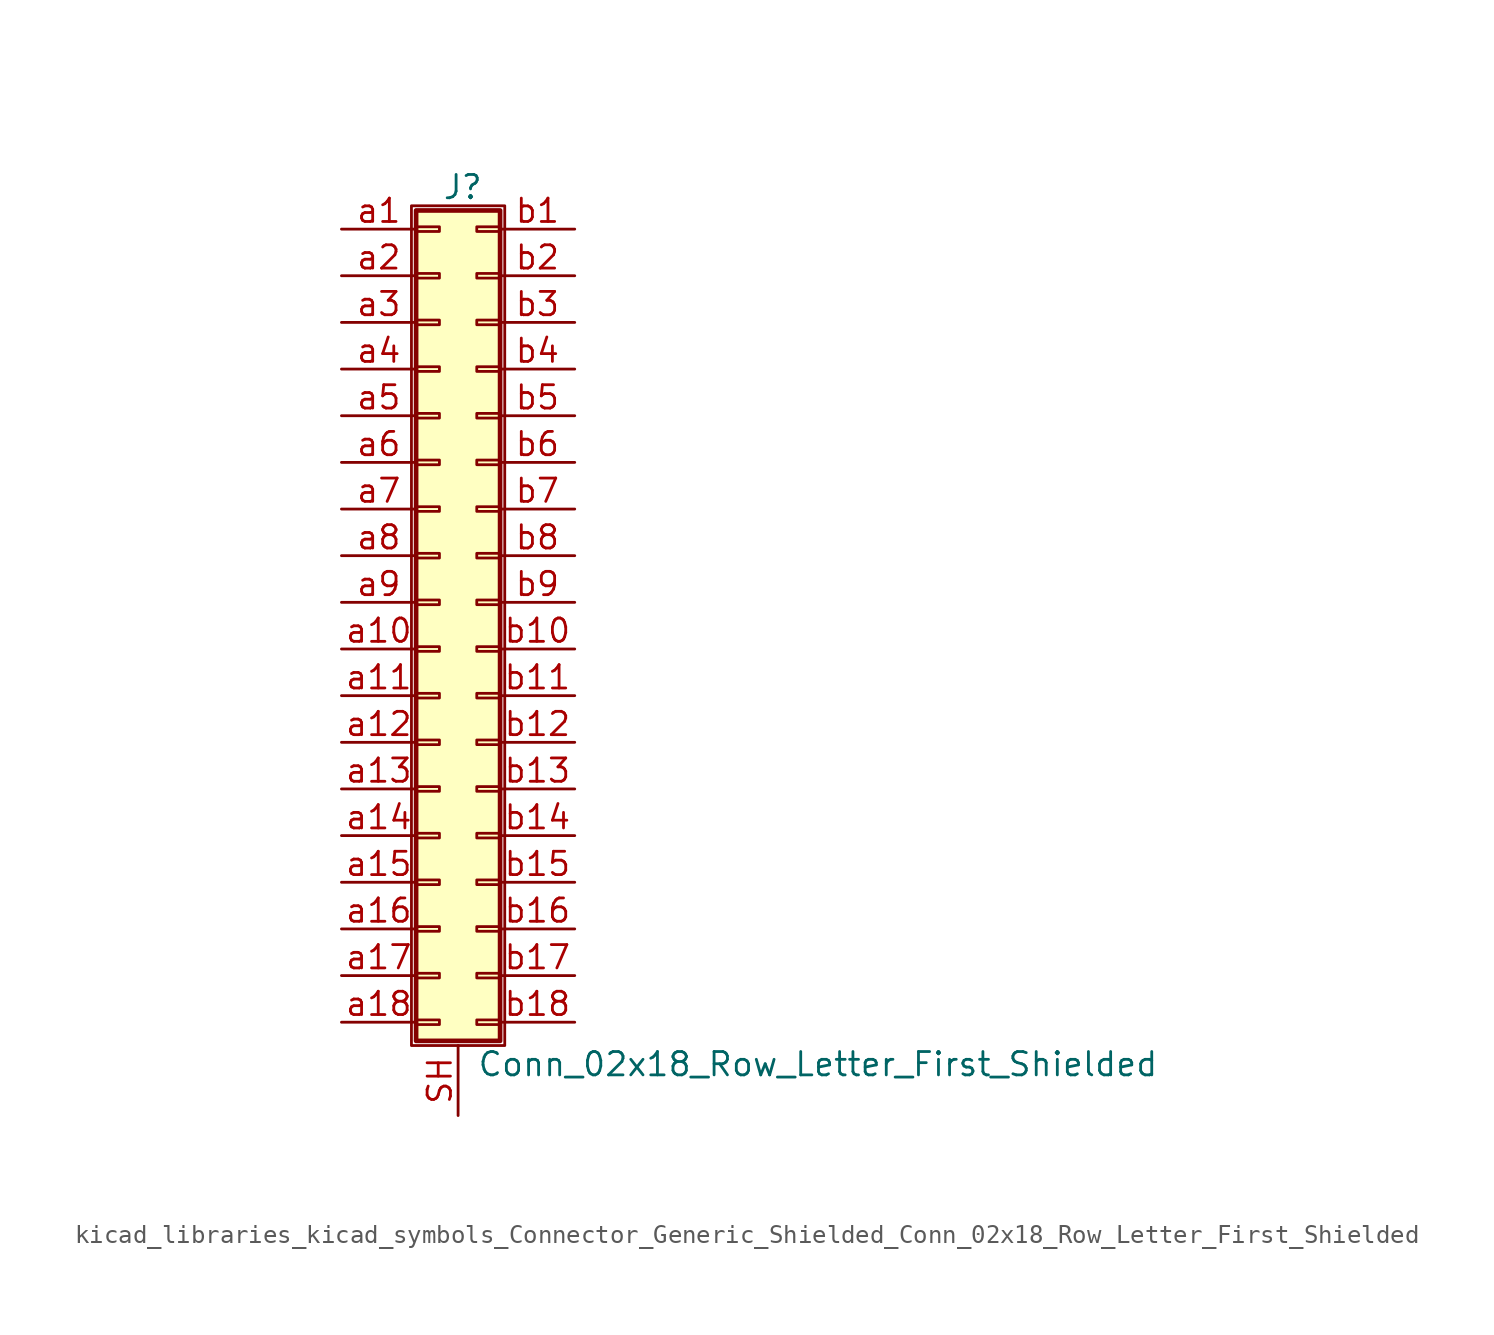
<source format=kicad_sym>
(kicad_symbol_lib
  (version 20220914)
  (generator kicad_symbol_editor)
  (symbol "kicad_libraries_kicad_symbols_Connector_Generic_Shielded_Conn_02x18_Row_Letter_First_Shielded"
    (pin_names
      (offset 1.016) hide)
    (property "Reference" "J"
      (at 1.524 22.606 0)
      (effects (font (size 1.27 1.27))))
    (property "Value" "Conn_02x18_Row_Letter_First_Shielded"
      (at 2.286 -25.146 0)
      (effects (font (size 1.27 1.27)) (justify left)))
    (symbol "kicad_libraries_kicad_symbols_Connector_Generic_Shielded_Conn_02x18_Row_Letter_First_Shielded_1_1"
      (rectangle (start -1.27 21.59) (end 3.81 -24.13) (stroke (width 0.152) (type default)) (fill (type none)))
      (rectangle (start -1.016 -22.733) (end 0.254 -22.987) (stroke (width 0.152) (type default)) (fill (type none)))
      (rectangle (start -1.016 -20.193) (end 0.254 -20.447) (stroke (width 0.152) (type default)) (fill (type none)))
      (rectangle (start -1.016 -17.653) (end 0.254 -17.907) (stroke (width 0.152) (type default)) (fill (type none)))
      (rectangle (start -1.016 -15.113) (end 0.254 -15.367) (stroke (width 0.152) (type default)) (fill (type none)))
      (rectangle (start -1.016 -12.573) (end 0.254 -12.827) (stroke (width 0.152) (type default)) (fill (type none)))
      (rectangle (start -1.016 -10.033) (end 0.254 -10.287) (stroke (width 0.152) (type default)) (fill (type none)))
      (rectangle (start -1.016 -7.493) (end 0.254 -7.747) (stroke (width 0.152) (type default)) (fill (type none)))
      (rectangle (start -1.016 -4.953) (end 0.254 -5.207) (stroke (width 0.152) (type default)) (fill (type none)))
      (rectangle (start -1.016 -2.413) (end 0.254 -2.667) (stroke (width 0.152) (type default)) (fill (type none)))
      (rectangle (start -1.016 0.127) (end 0.254 -0.127) (stroke (width 0.152) (type default)) (fill (type none)))
      (rectangle (start -1.016 2.667) (end 0.254 2.413) (stroke (width 0.152) (type default)) (fill (type none)))
      (rectangle (start -1.016 5.207) (end 0.254 4.953) (stroke (width 0.152) (type default)) (fill (type none)))
      (rectangle (start -1.016 7.747) (end 0.254 7.493) (stroke (width 0.152) (type default)) (fill (type none)))
      (rectangle (start -1.016 10.287) (end 0.254 10.033) (stroke (width 0.152) (type default)) (fill (type none)))
      (rectangle (start -1.016 12.827) (end 0.254 12.573) (stroke (width 0.152) (type default)) (fill (type none)))
      (rectangle (start -1.016 15.367) (end 0.254 15.113) (stroke (width 0.152) (type default)) (fill (type none)))
      (rectangle (start -1.016 17.907) (end 0.254 17.653) (stroke (width 0.152) (type default)) (fill (type none)))
      (rectangle (start -1.016 20.447) (end 0.254 20.193) (stroke (width 0.152) (type default)) (fill (type none)))
      (rectangle (start -1.016 21.336) (end 3.556 -23.876) (stroke (width 0.254) (type default)) (fill (type background)))
      (rectangle (start 3.556 -22.733) (end 2.286 -22.987) (stroke (width 0.152) (type default)) (fill (type none)))
      (rectangle (start 3.556 -20.193) (end 2.286 -20.447) (stroke (width 0.152) (type default)) (fill (type none)))
      (rectangle (start 3.556 -17.653) (end 2.286 -17.907) (stroke (width 0.152) (type default)) (fill (type none)))
      (rectangle (start 3.556 -15.113) (end 2.286 -15.367) (stroke (width 0.152) (type default)) (fill (type none)))
      (rectangle (start 3.556 -12.573) (end 2.286 -12.827) (stroke (width 0.152) (type default)) (fill (type none)))
      (rectangle (start 3.556 -10.033) (end 2.286 -10.287) (stroke (width 0.152) (type default)) (fill (type none)))
      (rectangle (start 3.556 -7.493) (end 2.286 -7.747) (stroke (width 0.152) (type default)) (fill (type none)))
      (rectangle (start 3.556 -4.953) (end 2.286 -5.207) (stroke (width 0.152) (type default)) (fill (type none)))
      (rectangle (start 3.556 -2.413) (end 2.286 -2.667) (stroke (width 0.152) (type default)) (fill (type none)))
      (rectangle (start 3.556 0.127) (end 2.286 -0.127) (stroke (width 0.152) (type default)) (fill (type none)))
      (rectangle (start 3.556 2.667) (end 2.286 2.413) (stroke (width 0.152) (type default)) (fill (type none)))
      (rectangle (start 3.556 5.207) (end 2.286 4.953) (stroke (width 0.152) (type default)) (fill (type none)))
      (rectangle (start 3.556 7.747) (end 2.286 7.493) (stroke (width 0.152) (type default)) (fill (type none)))
      (rectangle (start 3.556 10.287) (end 2.286 10.033) (stroke (width 0.152) (type default)) (fill (type none)))
      (rectangle (start 3.556 12.827) (end 2.286 12.573) (stroke (width 0.152) (type default)) (fill (type none)))
      (rectangle (start 3.556 15.367) (end 2.286 15.113) (stroke (width 0.152) (type default)) (fill (type none)))
      (rectangle (start 3.556 17.907) (end 2.286 17.653) (stroke (width 0.152) (type default)) (fill (type none)))
      (rectangle (start 3.556 20.447) (end 2.286 20.193) (stroke (width 0.152) (type default)) (fill (type none)))
      (pin passive line (at 1.27 -27.94 90) (length 3.81) (name "Shield" (effects (font (size 1.27 1.27)))) (number "SH" (effects (font (size 1.27 1.27)))))
      (pin passive line (at -5.08 20.32 0) (length 4.064) (name "Pin_a1" (effects (font (size 1.27 1.27)))) (number "a1" (effects (font (size 1.27 1.27)))))
      (pin passive line (at -5.08 -2.54 0) (length 4.064) (name "Pin_a10" (effects (font (size 1.27 1.27)))) (number "a10" (effects (font (size 1.27 1.27)))))
      (pin passive line (at -5.08 -5.08 0) (length 4.064) (name "Pin_a11" (effects (font (size 1.27 1.27)))) (number "a11" (effects (font (size 1.27 1.27)))))
      (pin passive line (at -5.08 -7.62 0) (length 4.064) (name "Pin_a12" (effects (font (size 1.27 1.27)))) (number "a12" (effects (font (size 1.27 1.27)))))
      (pin passive line (at -5.08 -10.16 0) (length 4.064) (name "Pin_a13" (effects (font (size 1.27 1.27)))) (number "a13" (effects (font (size 1.27 1.27)))))
      (pin passive line (at -5.08 -12.7 0) (length 4.064) (name "Pin_a14" (effects (font (size 1.27 1.27)))) (number "a14" (effects (font (size 1.27 1.27)))))
      (pin passive line (at -5.08 -15.24 0) (length 4.064) (name "Pin_a15" (effects (font (size 1.27 1.27)))) (number "a15" (effects (font (size 1.27 1.27)))))
      (pin passive line (at -5.08 -17.78 0) (length 4.064) (name "Pin_a16" (effects (font (size 1.27 1.27)))) (number "a16" (effects (font (size 1.27 1.27)))))
      (pin passive line (at -5.08 -20.32 0) (length 4.064) (name "Pin_a17" (effects (font (size 1.27 1.27)))) (number "a17" (effects (font (size 1.27 1.27)))))
      (pin passive line (at -5.08 -22.86 0) (length 4.064) (name "Pin_a18" (effects (font (size 1.27 1.27)))) (number "a18" (effects (font (size 1.27 1.27)))))
      (pin passive line (at -5.08 17.78 0) (length 4.064) (name "Pin_a2" (effects (font (size 1.27 1.27)))) (number "a2" (effects (font (size 1.27 1.27)))))
      (pin passive line (at -5.08 15.24 0) (length 4.064) (name "Pin_a3" (effects (font (size 1.27 1.27)))) (number "a3" (effects (font (size 1.27 1.27)))))
      (pin passive line (at -5.08 12.7 0) (length 4.064) (name "Pin_a4" (effects (font (size 1.27 1.27)))) (number "a4" (effects (font (size 1.27 1.27)))))
      (pin passive line (at -5.08 10.16 0) (length 4.064) (name "Pin_a5" (effects (font (size 1.27 1.27)))) (number "a5" (effects (font (size 1.27 1.27)))))
      (pin passive line (at -5.08 7.62 0) (length 4.064) (name "Pin_a6" (effects (font (size 1.27 1.27)))) (number "a6" (effects (font (size 1.27 1.27)))))
      (pin passive line (at -5.08 5.08 0) (length 4.064) (name "Pin_a7" (effects (font (size 1.27 1.27)))) (number "a7" (effects (font (size 1.27 1.27)))))
      (pin passive line (at -5.08 2.54 0) (length 4.064) (name "Pin_a8" (effects (font (size 1.27 1.27)))) (number "a8" (effects (font (size 1.27 1.27)))))
      (pin passive line (at -5.08 0 0) (length 4.064) (name "Pin_a9" (effects (font (size 1.27 1.27)))) (number "a9" (effects (font (size 1.27 1.27)))))
      (pin passive line (at 7.62 20.32 180) (length 4.064) (name "Pin_b1" (effects (font (size 1.27 1.27)))) (number "b1" (effects (font (size 1.27 1.27)))))
      (pin passive line (at 7.62 -2.54 180) (length 4.064) (name "Pin_b10" (effects (font (size 1.27 1.27)))) (number "b10" (effects (font (size 1.27 1.27)))))
      (pin passive line (at 7.62 -5.08 180) (length 4.064) (name "Pin_b11" (effects (font (size 1.27 1.27)))) (number "b11" (effects (font (size 1.27 1.27)))))
      (pin passive line (at 7.62 -7.62 180) (length 4.064) (name "Pin_b12" (effects (font (size 1.27 1.27)))) (number "b12" (effects (font (size 1.27 1.27)))))
      (pin passive line (at 7.62 -10.16 180) (length 4.064) (name "Pin_b13" (effects (font (size 1.27 1.27)))) (number "b13" (effects (font (size 1.27 1.27)))))
      (pin passive line (at 7.62 -12.7 180) (length 4.064) (name "Pin_b14" (effects (font (size 1.27 1.27)))) (number "b14" (effects (font (size 1.27 1.27)))))
      (pin passive line (at 7.62 -15.24 180) (length 4.064) (name "Pin_b15" (effects (font (size 1.27 1.27)))) (number "b15" (effects (font (size 1.27 1.27)))))
      (pin passive line (at 7.62 -17.78 180) (length 4.064) (name "Pin_b16" (effects (font (size 1.27 1.27)))) (number "b16" (effects (font (size 1.27 1.27)))))
      (pin passive line (at 7.62 -20.32 180) (length 4.064) (name "Pin_b17" (effects (font (size 1.27 1.27)))) (number "b17" (effects (font (size 1.27 1.27)))))
      (pin passive line (at 7.62 -22.86 180) (length 4.064) (name "Pin_b18" (effects (font (size 1.27 1.27)))) (number "b18" (effects (font (size 1.27 1.27)))))
      (pin passive line (at 7.62 17.78 180) (length 4.064) (name "Pin_b2" (effects (font (size 1.27 1.27)))) (number "b2" (effects (font (size 1.27 1.27)))))
      (pin passive line (at 7.62 15.24 180) (length 4.064) (name "Pin_b3" (effects (font (size 1.27 1.27)))) (number "b3" (effects (font (size 1.27 1.27)))))
      (pin passive line (at 7.62 12.7 180) (length 4.064) (name "Pin_b4" (effects (font (size 1.27 1.27)))) (number "b4" (effects (font (size 1.27 1.27)))))
      (pin passive line (at 7.62 10.16 180) (length 4.064) (name "Pin_b5" (effects (font (size 1.27 1.27)))) (number "b5" (effects (font (size 1.27 1.27)))))
      (pin passive line (at 7.62 7.62 180) (length 4.064) (name "Pin_b6" (effects (font (size 1.27 1.27)))) (number "b6" (effects (font (size 1.27 1.27)))))
      (pin passive line (at 7.62 5.08 180) (length 4.064) (name "Pin_b7" (effects (font (size 1.27 1.27)))) (number "b7" (effects (font (size 1.27 1.27)))))
      (pin passive line (at 7.62 2.54 180) (length 4.064) (name "Pin_b8" (effects (font (size 1.27 1.27)))) (number "b8" (effects (font (size 1.27 1.27)))))
      (pin passive line (at 7.62 0 180) (length 4.064) (name "Pin_b9" (effects (font (size 1.27 1.27)))) (number "b9" (effects (font (size 1.27 1.27))))))))
</source>
